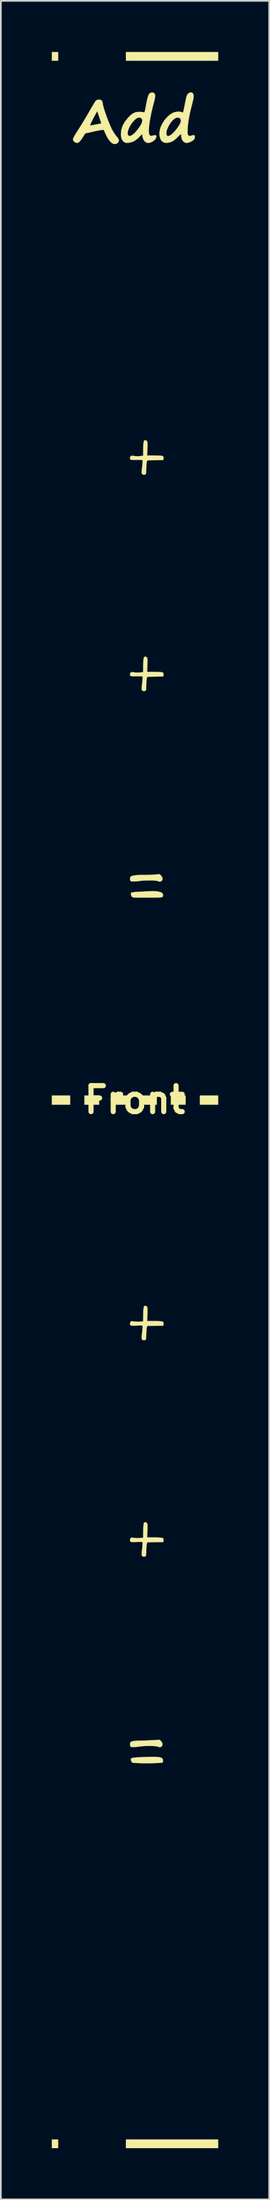
<source format=kicad_pcb>
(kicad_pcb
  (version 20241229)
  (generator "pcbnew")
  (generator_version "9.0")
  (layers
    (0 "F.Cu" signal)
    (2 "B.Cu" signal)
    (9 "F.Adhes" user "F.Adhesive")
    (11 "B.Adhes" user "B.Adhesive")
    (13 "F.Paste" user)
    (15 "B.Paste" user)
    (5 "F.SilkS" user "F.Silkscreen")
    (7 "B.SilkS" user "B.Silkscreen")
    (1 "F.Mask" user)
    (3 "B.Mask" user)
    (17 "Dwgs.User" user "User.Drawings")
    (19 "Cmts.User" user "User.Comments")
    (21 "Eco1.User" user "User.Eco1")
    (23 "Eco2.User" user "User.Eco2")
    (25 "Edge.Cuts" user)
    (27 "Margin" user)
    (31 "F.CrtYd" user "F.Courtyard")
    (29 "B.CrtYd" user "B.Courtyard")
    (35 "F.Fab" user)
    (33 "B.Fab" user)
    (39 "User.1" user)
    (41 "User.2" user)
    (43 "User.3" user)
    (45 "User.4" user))
  (footprint "Front"
    (layer "F.Cu")
    (at 4.887 61.501)
    (property "Reference" "Front" (at 0 0 0) (layer "F.SilkS") (effects (font (size 1.524 1.524) (thickness 0.3))))
    (attr through_hole)
    (fp_poly (pts (xy -4.516 -60.988) (xy -4.882 -60.988) (xy -4.882 -61.496) (xy -4.516 -61.496) (xy -4.516 -60.988)) (stroke (width 0.01) (type solid)) (fill yes) (layer "F.SilkS"))
    (fp_poly (pts (xy -4.516 61.524) (xy -4.882 61.524) (xy -4.882 61.016) (xy -4.516 61.016) (xy -4.516 61.524)) (stroke (width 0.01) (type solid)) (fill yes) (layer "F.SilkS"))
    (fp_poly (pts (xy -3.81 0.282) (xy -4.882 0.282) (xy -4.882 -0.254) (xy -3.81 -0.254) (xy -3.81 0.282)) (stroke (width 0.01) (type solid)) (fill yes) (layer "F.SilkS"))
    (fp_poly (pts (xy -2.103 0.282) (xy -2.963 0.282) (xy -2.963 -0.254) (xy -2.103 -0.254) (xy -2.103 0.282)) (stroke (width 0.01) (type solid)) (fill yes) (layer "F.SilkS"))
    (fp_poly (pts (xy -0.395 0.282) (xy -1.27 0.282) (xy -1.27 -0.254) (xy -0.395 -0.254) (xy -0.395 0.282)) (stroke (width 0.01) (type solid)) (fill yes) (layer "F.SilkS"))
    (fp_poly (pts (xy 1.298 0.282) (xy 0.423 0.282) (xy 0.423 -0.254) (xy 1.298 -0.254) (xy 1.298 0.282)) (stroke (width 0.01) (type solid)) (fill yes) (layer "F.SilkS"))
    (fp_poly (pts (xy 2.992 0.282) (xy 2.131 0.282) (xy 2.131 -0.254) (xy 2.992 -0.254) (xy 2.992 0.282)) (stroke (width 0.01) (type solid)) (fill yes) (layer "F.SilkS"))
    (fp_poly (pts (xy 4.911 -60.988) (xy -0.522 -60.988) (xy -0.522 -61.496) (xy 4.911 -61.496) (xy 4.911 -60.988)) (stroke (width 0.01) (type solid)) (fill yes) (layer "F.SilkS"))
    (fp_poly (pts (xy 4.911 0.282) (xy 3.838 0.282) (xy 3.838 -0.254) (xy 4.911 -0.254) (xy 4.911 0.282)) (stroke (width 0.01) (type solid)) (fill yes) (layer "F.SilkS"))
    (fp_poly (pts (xy 4.911 61.524) (xy -0.522 61.524) (xy -0.522 61.016) (xy 4.911 61.016) (xy 4.911 61.524)) (stroke (width 0.01) (type solid)) (fill yes) (layer "F.SilkS"))
    (fp_poly (pts (xy 1.551 37.642) (xy 1.615 37.734) (xy 1.635 37.825) (xy 1.616 37.905) (xy 1.565 37.963) (xy 1.488 37.99) (xy 1.392 37.976) (xy 1.354 37.958) (xy 1.292 37.941) (xy 1.185 37.929) (xy 1.046 37.921) (xy 0.885 37.918) (xy 0.715 37.919) (xy 0.547 37.926) (xy 0.392 37.937) (xy 0.313 37.947) (xy 0.11 37.972) (xy -0.043 37.984) (xy -0.152 37.983) (xy -0.221 37.97) (xy -0.248 37.953) (xy -0.273 37.899) (xy -0.281 37.819) (xy -0.272 37.742) (xy -0.26 37.714) (xy -0.218 37.674) (xy -0.143 37.645) (xy -0.031 37.625) (xy 0.126 37.612) (xy 0.325 37.606) (xy 0.514 37.602) (xy 0.727 37.596) (xy 0.936 37.587) (xy 1.092 37.579) (xy 1.464 37.556) (xy 1.551 37.642)) (stroke (width 0.01) (type solid)) (fill yes) (layer "F.SilkS"))
    (fp_poly (pts (xy 1.55 -13.158) (xy 1.616 -13.065) (xy 1.636 -12.974) (xy 1.618 -12.894) (xy 1.568 -12.836) (xy 1.492 -12.808) (xy 1.396 -12.822) (xy 1.356 -12.84) (xy 1.295 -12.857) (xy 1.189 -12.869) (xy 1.05 -12.877) (xy 0.889 -12.88) (xy 0.719 -12.878) (xy 0.55 -12.871) (xy 0.394 -12.86) (xy 0.326 -12.852) (xy 0.124 -12.829) (xy -0.029 -12.817) (xy -0.138 -12.816) (xy -0.21 -12.826) (xy -0.248 -12.847) (xy -0.276 -12.907) (xy -0.28 -12.99) (xy -0.263 -13.069) (xy -0.241 -13.105) (xy -0.18 -13.137) (xy -0.073 -13.164) (xy 0.069 -13.185) (xy 0.236 -13.198) (xy 0.417 -13.202) (xy 0.466 -13.201) (xy 0.613 -13.2) (xy 0.792 -13.204) (xy 0.976 -13.211) (xy 1.106 -13.219) (xy 1.464 -13.244) (xy 1.55 -13.158)) (stroke (width 0.01) (type solid)) (fill yes) (layer "F.SilkS"))
    (fp_poly (pts (xy 1.157 38.558) (xy 1.313 38.564) (xy 1.433 38.578) (xy 1.523 38.598) (xy 1.587 38.627) (xy 1.623 38.654) (xy 1.656 38.721) (xy 1.663 38.807) (xy 1.641 38.884) (xy 1.64 38.887) (xy 1.604 38.899) (xy 1.521 38.91) (xy 1.398 38.919) (xy 1.244 38.926) (xy 1.067 38.93) (xy 0.876 38.933) (xy 0.68 38.934) (xy 0.486 38.932) (xy 0.303 38.929) (xy 0.139 38.923) (xy 0.004 38.916) (xy -0.095 38.906) (xy -0.149 38.894) (xy -0.155 38.89) (xy -0.199 38.825) (xy -0.228 38.751) (xy -0.236 38.691) (xy -0.23 38.674) (xy -0.206 38.65) (xy -0.164 38.63) (xy -0.099 38.615) (xy -0.002 38.602) (xy 0.134 38.591) (xy 0.316 38.581) (xy 0.423 38.576) (xy 0.717 38.564) (xy 0.96 38.558) (xy 1.157 38.558)) (stroke (width 0.01) (type solid)) (fill yes) (layer "F.SilkS"))
    (fp_poly (pts (xy 1.147 -12.245) (xy 1.246 -12.241) (xy 1.331 -12.233) (xy 1.41 -12.22) (xy 1.421 -12.218) (xy 1.552 -12.179) (xy 1.633 -12.121) (xy 1.664 -12.042) (xy 1.665 -12.025) (xy 1.664 -11.984) (xy 1.659 -11.95) (xy 1.644 -11.924) (xy 1.612 -11.905) (xy 1.559 -11.891) (xy 1.479 -11.881) (xy 1.365 -11.876) (xy 1.213 -11.873) (xy 1.016 -11.871) (xy 0.769 -11.87) (xy 0.749 -11.87) (xy 0.505 -11.87) (xy 0.311 -11.87) (xy 0.161 -11.871) (xy 0.049 -11.873) (xy -0.032 -11.878) (xy -0.087 -11.884) (xy -0.124 -11.893) (xy -0.148 -11.905) (xy -0.165 -11.921) (xy -0.169 -11.924) (xy -0.222 -12.022) (xy -0.229 -12.125) (xy -0.219 -12.147) (xy -0.19 -12.164) (xy -0.135 -12.179) (xy -0.049 -12.191) (xy 0.076 -12.202) (xy 0.245 -12.213) (xy 0.437 -12.223) (xy 0.678 -12.235) (xy 0.871 -12.242) (xy 1.025 -12.246) (xy 1.147 -12.245)) (stroke (width 0.01) (type solid)) (fill yes) (layer "F.SilkS"))
    (fp_poly (pts (xy 0.712 -25.967) (xy 0.717 -25.959) (xy 0.735 -25.925) (xy 0.746 -25.875) (xy 0.75 -25.801) (xy 0.75 -25.691) (xy 0.744 -25.536) (xy 0.743 -25.508) (xy 0.725 -25.118) (xy 1.137 -25.118) (xy 1.29 -25.116) (xy 1.428 -25.111) (xy 1.538 -25.103) (xy 1.609 -25.093) (xy 1.623 -25.09) (xy 1.672 -25.063) (xy 1.689 -25.02) (xy 1.688 -24.956) (xy 1.679 -24.85) (xy 1.209 -24.842) (xy 0.739 -24.834) (xy 0.708 -24.746) (xy 0.695 -24.681) (xy 0.685 -24.576) (xy 0.679 -24.448) (xy 0.677 -24.357) (xy 0.674 -24.196) (xy 0.664 -24.085) (xy 0.647 -24.027) (xy 0.643 -24.023) (xy 0.58 -23.992) (xy 0.502 -23.994) (xy 0.439 -24.026) (xy 0.423 -24.047) (xy 0.411 -24.091) (xy 0.408 -24.166) (xy 0.416 -24.28) (xy 0.433 -24.441) (xy 0.435 -24.459) (xy 0.451 -24.596) (xy 0.461 -24.713) (xy 0.465 -24.798) (xy 0.462 -24.841) (xy 0.461 -24.842) (xy 0.426 -24.854) (xy 0.342 -24.861) (xy 0.216 -24.862) (xy 0.106 -24.86) (xy -0.056 -24.857) (xy -0.168 -24.862) (xy -0.239 -24.878) (xy -0.274 -24.907) (xy -0.283 -24.952) (xy -0.273 -25.012) (xy -0.247 -25.07) (xy -0.2 -25.099) (xy -0.12 -25.103) (xy -0.021 -25.089) (xy 0.091 -25.078) (xy 0.224 -25.077) (xy 0.31 -25.083) (xy 0.494 -25.104) (xy 0.498 -25.502) (xy 0.502 -25.668) (xy 0.51 -25.806) (xy 0.521 -25.907) (xy 0.534 -25.961) (xy 0.534 -25.961) (xy 0.586 -26.011) (xy 0.65 -26.013) (xy 0.712 -25.967)) (stroke (width 0.01) (type solid)) (fill yes) (layer "F.SilkS"))
    (fp_poly (pts (xy 0.712 -38.667) (xy 0.717 -38.659) (xy 0.735 -38.625) (xy 0.746 -38.575) (xy 0.75 -38.501) (xy 0.75 -38.391) (xy 0.744 -38.236) (xy 0.743 -38.208) (xy 0.725 -37.818) (xy 1.137 -37.818) (xy 1.29 -37.816) (xy 1.428 -37.811) (xy 1.538 -37.803) (xy 1.609 -37.793) (xy 1.623 -37.79) (xy 1.672 -37.763) (xy 1.689 -37.72) (xy 1.688 -37.656) (xy 1.679 -37.55) (xy 1.209 -37.542) (xy 0.739 -37.534) (xy 0.708 -37.446) (xy 0.695 -37.381) (xy 0.685 -37.276) (xy 0.679 -37.148) (xy 0.677 -37.057) (xy 0.674 -36.896) (xy 0.664 -36.785) (xy 0.647 -36.727) (xy 0.643 -36.723) (xy 0.58 -36.692) (xy 0.502 -36.694) (xy 0.439 -36.726) (xy 0.423 -36.747) (xy 0.411 -36.791) (xy 0.408 -36.866) (xy 0.416 -36.98) (xy 0.433 -37.141) (xy 0.435 -37.159) (xy 0.451 -37.296) (xy 0.461 -37.413) (xy 0.465 -37.498) (xy 0.462 -37.541) (xy 0.461 -37.542) (xy 0.426 -37.554) (xy 0.342 -37.561) (xy 0.216 -37.562) (xy 0.106 -37.56) (xy -0.056 -37.557) (xy -0.168 -37.562) (xy -0.239 -37.578) (xy -0.274 -37.607) (xy -0.283 -37.652) (xy -0.273 -37.712) (xy -0.251 -37.766) (xy -0.213 -37.795) (xy -0.145 -37.801) (xy -0.036 -37.788) (xy -0.027 -37.787) (xy 0.089 -37.777) (xy 0.225 -37.777) (xy 0.31 -37.783) (xy 0.494 -37.804) (xy 0.498 -38.202) (xy 0.502 -38.368) (xy 0.51 -38.506) (xy 0.521 -38.607) (xy 0.534 -38.661) (xy 0.534 -38.661) (xy 0.586 -38.711) (xy 0.65 -38.713) (xy 0.712 -38.667)) (stroke (width 0.01) (type solid)) (fill yes) (layer "F.SilkS"))
    (fp_poly (pts (xy 0.712 12.134) (xy 0.717 12.141) (xy 0.735 12.175) (xy 0.746 12.225) (xy 0.75 12.299) (xy 0.75 12.409) (xy 0.744 12.564) (xy 0.743 12.592) (xy 0.725 12.982) (xy 1.137 12.982) (xy 1.29 12.984) (xy 1.428 12.989) (xy 1.538 12.997) (xy 1.609 13.007) (xy 1.623 13.01) (xy 1.672 13.037) (xy 1.689 13.08) (xy 1.688 13.144) (xy 1.679 13.25) (xy 1.209 13.258) (xy 0.739 13.266) (xy 0.708 13.354) (xy 0.695 13.419) (xy 0.685 13.524) (xy 0.679 13.652) (xy 0.677 13.743) (xy 0.674 13.904) (xy 0.664 14.015) (xy 0.647 14.073) (xy 0.643 14.077) (xy 0.58 14.108) (xy 0.502 14.106) (xy 0.439 14.074) (xy 0.423 14.053) (xy 0.411 14.009) (xy 0.408 13.934) (xy 0.416 13.82) (xy 0.433 13.659) (xy 0.435 13.641) (xy 0.45 13.504) (xy 0.46 13.387) (xy 0.464 13.301) (xy 0.462 13.258) (xy 0.461 13.257) (xy 0.423 13.244) (xy 0.333 13.239) (xy 0.193 13.242) (xy 0.114 13.246) (xy -0.044 13.252) (xy -0.153 13.251) (xy -0.224 13.239) (xy -0.263 13.214) (xy -0.28 13.175) (xy -0.282 13.137) (xy -0.266 13.065) (xy -0.246 13.028) (xy -0.219 13.001) (xy -0.179 12.99) (xy -0.112 12.995) (xy -0.041 13.006) (xy 0.084 13.019) (xy 0.226 13.021) (xy 0.31 13.016) (xy 0.494 12.996) (xy 0.499 12.596) (xy 0.503 12.441) (xy 0.511 12.306) (xy 0.521 12.203) (xy 0.533 12.143) (xy 0.535 12.137) (xy 0.586 12.088) (xy 0.651 12.087) (xy 0.712 12.134)) (stroke (width 0.01) (type solid)) (fill yes) (layer "F.SilkS"))
    (fp_poly (pts (xy 0.712 24.834) (xy 0.717 24.841) (xy 0.735 24.875) (xy 0.746 24.925) (xy 0.75 24.999) (xy 0.75 25.109) (xy 0.744 25.264) (xy 0.743 25.292) (xy 0.725 25.682) (xy 1.137 25.682) (xy 1.29 25.684) (xy 1.428 25.689) (xy 1.538 25.697) (xy 1.609 25.707) (xy 1.623 25.71) (xy 1.672 25.737) (xy 1.689 25.78) (xy 1.688 25.844) (xy 1.679 25.95) (xy 1.209 25.958) (xy 0.739 25.966) (xy 0.708 26.054) (xy 0.695 26.119) (xy 0.685 26.224) (xy 0.679 26.352) (xy 0.677 26.443) (xy 0.674 26.604) (xy 0.664 26.715) (xy 0.647 26.773) (xy 0.643 26.777) (xy 0.58 26.808) (xy 0.502 26.806) (xy 0.439 26.774) (xy 0.423 26.753) (xy 0.411 26.709) (xy 0.408 26.634) (xy 0.416 26.52) (xy 0.433 26.359) (xy 0.435 26.341) (xy 0.45 26.204) (xy 0.46 26.087) (xy 0.464 26.001) (xy 0.462 25.958) (xy 0.461 25.957) (xy 0.423 25.944) (xy 0.333 25.939) (xy 0.193 25.942) (xy 0.114 25.946) (xy -0.044 25.952) (xy -0.153 25.951) (xy -0.224 25.939) (xy -0.263 25.914) (xy -0.28 25.875) (xy -0.282 25.837) (xy -0.266 25.765) (xy -0.246 25.728) (xy -0.219 25.701) (xy -0.179 25.69) (xy -0.112 25.695) (xy -0.041 25.706) (xy 0.084 25.719) (xy 0.226 25.721) (xy 0.31 25.716) (xy 0.494 25.696) (xy 0.499 25.296) (xy 0.503 25.141) (xy 0.511 25.006) (xy 0.521 24.903) (xy 0.533 24.843) (xy 0.535 24.837) (xy 0.586 24.788) (xy 0.651 24.787) (xy 0.712 24.834)) (stroke (width 0.01) (type solid)) (fill yes) (layer "F.SilkS"))
    (fp_poly (pts (xy -2.014 -58.69) (xy -1.943 -58.646) (xy -1.902 -58.564) (xy -1.885 -58.456) (xy -1.869 -58.367) (xy -1.834 -58.236) (xy -1.784 -58.074) (xy -1.722 -57.889) (xy -1.652 -57.692) (xy -1.577 -57.494) (xy -1.501 -57.303) (xy -1.427 -57.129) (xy -1.363 -56.992) (xy -1.289 -56.856) (xy -1.2 -56.715) (xy -1.113 -56.594) (xy -1.084 -56.56) (xy -0.994 -56.448) (xy -0.946 -56.36) (xy -0.936 -56.287) (xy -0.963 -56.218) (xy -0.987 -56.184) (xy -1.072 -56.115) (xy -1.179 -56.097) (xy -1.253 -56.109) (xy -1.359 -56.164) (xy -1.469 -56.269) (xy -1.578 -56.419) (xy -1.682 -56.608) (xy -1.736 -56.728) (xy -1.776 -56.822) (xy -1.81 -56.894) (xy -1.83 -56.929) (xy -1.83 -56.93) (xy -1.865 -56.933) (xy -1.944 -56.925) (xy -2.056 -56.907) (xy -2.191 -56.883) (xy -2.338 -56.852) (xy -2.486 -56.818) (xy -2.568 -56.797) (xy -2.677 -56.772) (xy -2.775 -56.753) (xy -2.834 -56.745) (xy -2.878 -56.737) (xy -2.918 -56.71) (xy -2.962 -56.655) (xy -3.02 -56.563) (xy -3.04 -56.529) (xy -3.145 -56.366) (xy -3.242 -56.249) (xy -3.328 -56.18) (xy -3.389 -56.162) (xy -3.482 -56.183) (xy -3.567 -56.234) (xy -3.623 -56.303) (xy -3.631 -56.324) (xy -3.636 -56.361) (xy -3.63 -56.403) (xy -3.612 -56.457) (xy -3.577 -56.529) (xy -3.522 -56.625) (xy -3.445 -56.752) (xy -3.342 -56.915) (xy -3.247 -57.061) (xy -3.163 -57.195) (xy -2.632 -57.195) (xy -2.593 -57.186) (xy -2.57 -57.189) (xy -2.524 -57.199) (xy -2.437 -57.216) (xy -2.325 -57.238) (xy -2.258 -57.25) (xy -2.142 -57.272) (xy -2.049 -57.291) (xy -1.992 -57.304) (xy -1.98 -57.307) (xy -1.984 -57.336) (xy -2.004 -57.407) (xy -2.037 -57.512) (xy -2.078 -57.64) (xy -2.089 -57.673) (xy -2.208 -58.03) (xy -2.255 -57.95) (xy -2.314 -57.848) (xy -2.379 -57.728) (xy -2.446 -57.6) (xy -2.51 -57.475) (xy -2.565 -57.361) (xy -2.606 -57.271) (xy -2.63 -57.212) (xy -2.632 -57.195) (xy -3.163 -57.195) (xy -3.155 -57.208) (xy -3.043 -57.389) (xy -2.923 -57.589) (xy -2.801 -57.794) (xy -2.689 -57.988) (xy -2.678 -58.006) (xy -2.583 -58.172) (xy -2.493 -58.323) (xy -2.414 -58.454) (xy -2.35 -58.556) (xy -2.307 -58.62) (xy -2.295 -58.634) (xy -2.219 -58.688) (xy -2.124 -58.702) (xy -2.014 -58.69)) (stroke (width 0.01) (type solid)) (fill yes) (layer "F.SilkS"))
    (fp_poly (pts (xy 1.076 -59.118) (xy 1.139 -59.084) (xy 1.177 -59.031) (xy 1.197 -58.965) (xy 1.198 -58.875) (xy 1.179 -58.754) (xy 1.14 -58.592) (xy 1.118 -58.512) (xy 1.044 -58.229) (xy 0.979 -57.949) (xy 0.924 -57.678) (xy 0.88 -57.425) (xy 0.848 -57.196) (xy 0.83 -56.998) (xy 0.826 -56.838) (xy 0.837 -56.723) (xy 0.842 -56.703) (xy 0.882 -56.612) (xy 0.935 -56.573) (xy 1.011 -56.579) (xy 1.032 -56.586) (xy 1.117 -56.607) (xy 1.187 -56.614) (xy 1.246 -56.606) (xy 1.268 -56.572) (xy 1.27 -56.531) (xy 1.244 -56.435) (xy 1.174 -56.342) (xy 1.073 -56.259) (xy 0.952 -56.197) (xy 0.824 -56.165) (xy 0.779 -56.162) (xy 0.672 -56.189) (xy 0.578 -56.261) (xy 0.506 -56.369) (xy 0.462 -56.503) (xy 0.452 -56.607) (xy 0.445 -56.656) (xy 0.435 -56.67) (xy 0.409 -56.651) (xy 0.354 -56.602) (xy 0.28 -56.53) (xy 0.253 -56.502) (xy 0.153 -56.41) (xy 0.044 -56.325) (xy -0.052 -56.263) (xy -0.06 -56.259) (xy -0.181 -56.212) (xy -0.315 -56.181) (xy -0.444 -56.169) (xy -0.548 -56.177) (xy -0.579 -56.187) (xy -0.692 -56.267) (xy -0.769 -56.391) (xy -0.811 -56.556) (xy -0.818 -56.683) (xy -0.81 -56.763) (xy -0.42 -56.763) (xy -0.414 -56.662) (xy -0.382 -56.605) (xy -0.336 -56.569) (xy -0.288 -56.563) (xy -0.224 -56.587) (xy -0.131 -56.644) (xy -0.123 -56.649) (xy -0.028 -56.728) (xy 0.081 -56.843) (xy 0.192 -56.979) (xy 0.293 -57.12) (xy 0.373 -57.252) (xy 0.41 -57.332) (xy 0.441 -57.459) (xy 0.428 -57.558) (xy 0.371 -57.624) (xy 0.335 -57.64) (xy 0.241 -57.655) (xy 0.145 -57.628) (xy 0.04 -57.556) (xy -0.057 -57.464) (xy -0.171 -57.328) (xy -0.268 -57.181) (xy -0.344 -57.032) (xy -0.396 -56.889) (xy -0.42 -56.763) (xy -0.81 -56.763) (xy -0.792 -56.933) (xy -0.714 -57.174) (xy -0.581 -57.41) (xy -0.393 -57.643) (xy -0.372 -57.665) (xy -0.235 -57.799) (xy -0.115 -57.891) (xy 0.002 -57.947) (xy 0.129 -57.976) (xy 0.254 -57.982) (xy 0.366 -57.98) (xy 0.461 -57.972) (xy 0.521 -57.962) (xy 0.524 -57.961) (xy 0.547 -57.956) (xy 0.565 -57.965) (xy 0.582 -57.995) (xy 0.599 -58.055) (xy 0.621 -58.151) (xy 0.648 -58.293) (xy 0.66 -58.356) (xy 0.702 -58.576) (xy 0.739 -58.746) (xy 0.773 -58.874) (xy 0.805 -58.966) (xy 0.839 -59.03) (xy 0.875 -59.07) (xy 0.89 -59.081) (xy 0.984 -59.12) (xy 1.076 -59.118)) (stroke (width 0.01) (type solid)) (fill yes) (layer "F.SilkS"))
    (fp_poly (pts (xy 3.406 -59.088) (xy 3.427 -59.063) (xy 3.456 -59.004) (xy 3.468 -58.929) (xy 3.462 -58.828) (xy 3.438 -58.693) (xy 3.395 -58.517) (xy 3.373 -58.433) (xy 3.28 -58.067) (xy 3.205 -57.716) (xy 3.151 -57.39) (xy 3.119 -57.1) (xy 3.113 -57.009) (xy 3.107 -56.867) (xy 3.106 -56.769) (xy 3.112 -56.704) (xy 3.125 -56.659) (xy 3.146 -56.625) (xy 3.153 -56.617) (xy 3.188 -56.577) (xy 3.222 -56.563) (xy 3.273 -56.572) (xy 3.339 -56.594) (xy 3.421 -56.619) (xy 3.469 -56.623) (xy 3.502 -56.607) (xy 3.513 -56.596) (xy 3.541 -56.532) (xy 3.53 -56.448) (xy 3.485 -56.362) (xy 3.475 -56.349) (xy 3.409 -56.296) (xy 3.311 -56.241) (xy 3.203 -56.195) (xy 3.105 -56.167) (xy 3.068 -56.162) (xy 2.948 -56.188) (xy 2.848 -56.26) (xy 2.777 -56.369) (xy 2.741 -56.508) (xy 2.738 -56.567) (xy 2.733 -56.636) (xy 2.722 -56.677) (xy 2.721 -56.678) (xy 2.695 -56.666) (xy 2.642 -56.621) (xy 2.57 -56.551) (xy 2.539 -56.519) (xy 2.441 -56.424) (xy 2.335 -56.335) (xy 2.241 -56.27) (xy 2.229 -56.264) (xy 2.074 -56.199) (xy 1.915 -56.17) (xy 1.768 -56.176) (xy 1.667 -56.21) (xy 1.57 -56.292) (xy 1.501 -56.414) (xy 1.461 -56.568) (xy 1.453 -56.743) (xy 1.458 -56.777) (xy 1.859 -56.777) (xy 1.861 -56.668) (xy 1.891 -56.6) (xy 1.927 -56.566) (xy 1.968 -56.561) (xy 2.037 -56.582) (xy 2.045 -56.585) (xy 2.136 -56.639) (xy 2.243 -56.731) (xy 2.358 -56.852) (xy 2.47 -56.988) (xy 2.572 -57.131) (xy 2.653 -57.267) (xy 2.704 -57.385) (xy 2.709 -57.4) (xy 2.716 -57.505) (xy 2.681 -57.586) (xy 2.613 -57.637) (xy 2.522 -57.653) (xy 2.418 -57.629) (xy 2.335 -57.582) (xy 2.219 -57.477) (xy 2.112 -57.348) (xy 2.018 -57.204) (xy 1.942 -57.054) (xy 1.887 -56.909) (xy 1.859 -56.777) (xy 1.458 -56.777) (xy 1.478 -56.932) (xy 1.52 -57.079) (xy 1.616 -57.289) (xy 1.747 -57.492) (xy 1.903 -57.674) (xy 2.073 -57.825) (xy 2.244 -57.93) (xy 2.363 -57.97) (xy 2.498 -57.993) (xy 2.629 -57.997) (xy 2.737 -57.98) (xy 2.77 -57.966) (xy 2.821 -57.949) (xy 2.843 -57.952) (xy 2.854 -57.984) (xy 2.873 -58.062) (xy 2.898 -58.174) (xy 2.926 -58.312) (xy 2.939 -58.379) (xy 2.97 -58.534) (xy 2.999 -58.679) (xy 3.025 -58.799) (xy 3.044 -58.882) (xy 3.048 -58.899) (xy 3.094 -59.001) (xy 3.166 -59.075) (xy 3.249 -59.118) (xy 3.333 -59.124) (xy 3.406 -59.088)) (stroke (width 0.01) (type solid)) (fill yes) (layer "F.SilkS")))
  (gr_rect
    (start -3 -3)
    (end 12.803 126.031)
    (stroke (width 0.1) (type default))
    (fill no)
    (layer "Edge.Cuts")))
</source>
